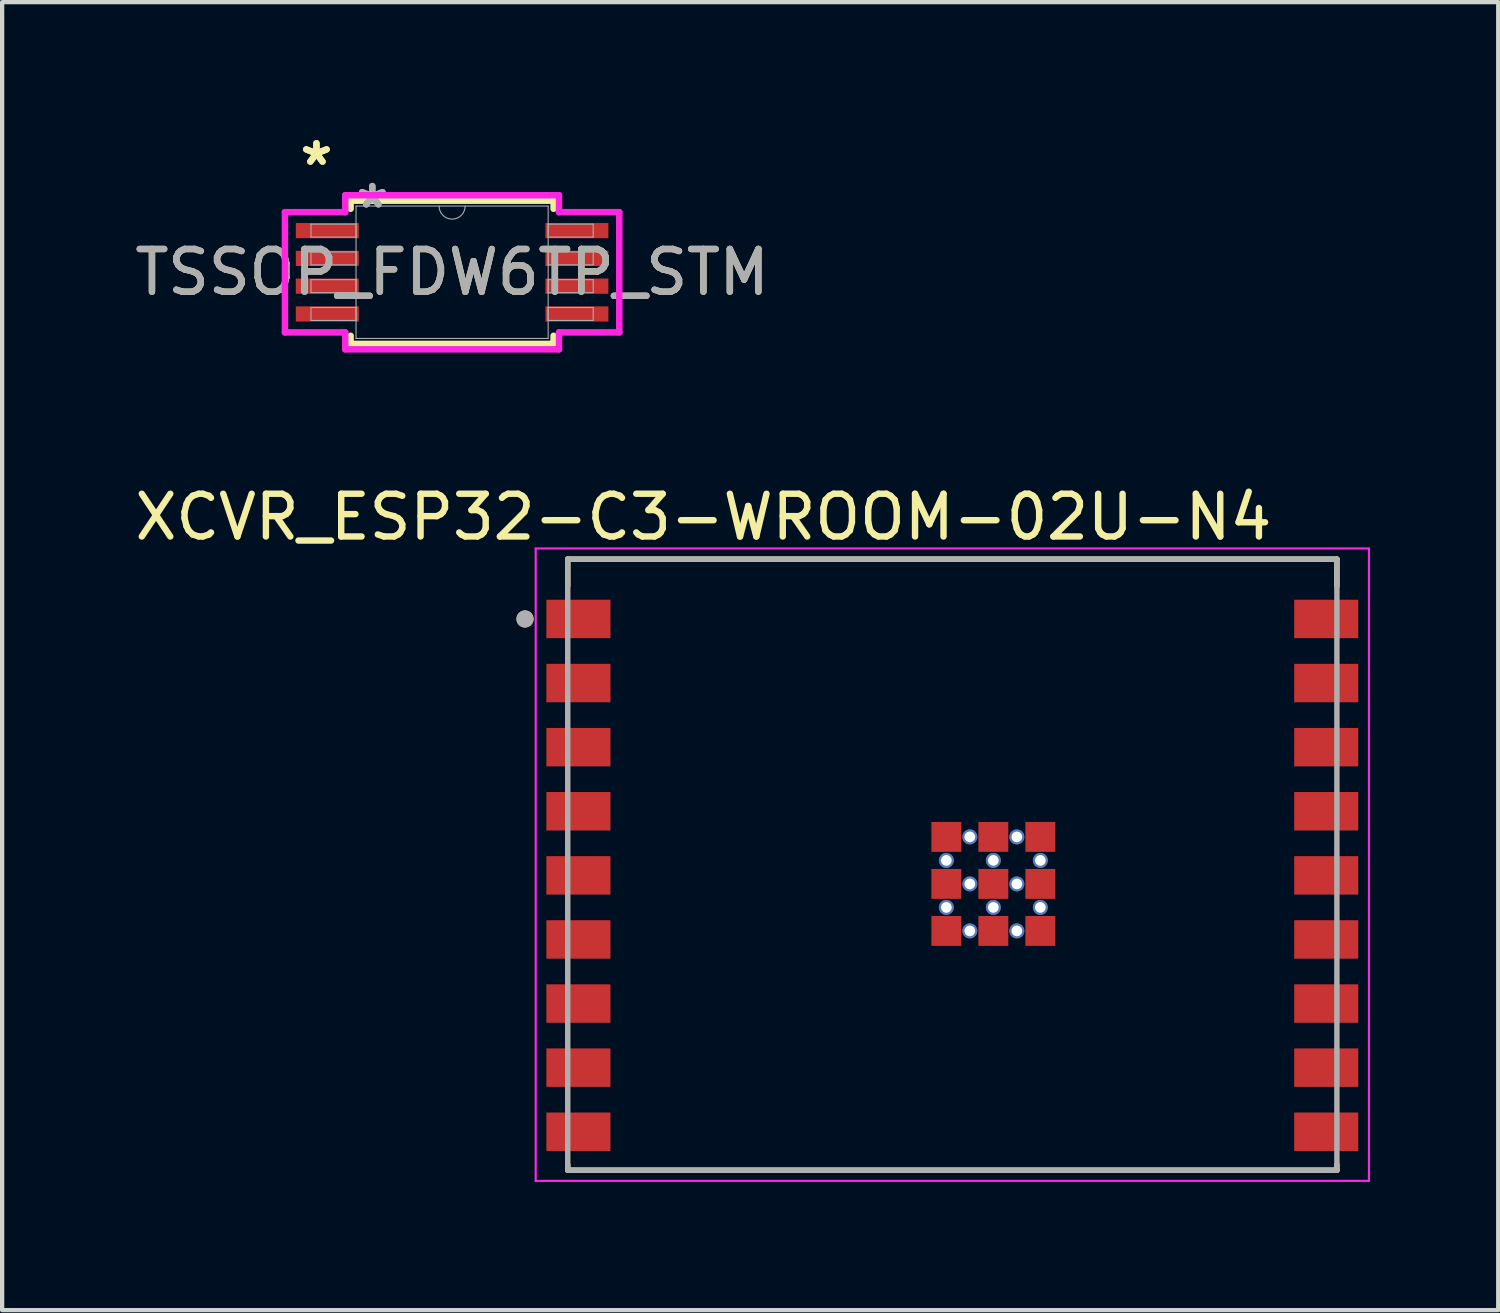
<source format=kicad_pcb>
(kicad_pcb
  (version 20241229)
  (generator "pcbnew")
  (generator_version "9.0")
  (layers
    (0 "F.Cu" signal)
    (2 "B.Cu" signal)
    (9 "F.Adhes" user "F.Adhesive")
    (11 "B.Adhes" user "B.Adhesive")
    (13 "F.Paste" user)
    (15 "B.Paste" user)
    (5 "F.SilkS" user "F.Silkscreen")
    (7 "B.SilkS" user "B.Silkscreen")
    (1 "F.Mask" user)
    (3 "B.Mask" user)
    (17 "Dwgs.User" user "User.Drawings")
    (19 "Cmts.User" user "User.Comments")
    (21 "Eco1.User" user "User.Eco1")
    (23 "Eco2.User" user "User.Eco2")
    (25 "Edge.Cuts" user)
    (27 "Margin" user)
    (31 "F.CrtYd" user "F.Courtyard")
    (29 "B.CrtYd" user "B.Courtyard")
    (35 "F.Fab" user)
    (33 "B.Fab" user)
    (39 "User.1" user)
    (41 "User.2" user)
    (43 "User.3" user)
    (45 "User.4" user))
  (footprint "XCVR_ESP32-C3-WROOM-02U-N4"
    (layer "F.Cu")
    (at 19.236 17.185)
    (property "Reference" "XCVR_ESP32-C3-WROOM-02U-N4" (at -5.825 -8.135 0) (layer "F.SilkS") (effects (font (size 1 1) (thickness 0.15))))
    (attr smd)
    (fp_line (start -9 -7.15) (end -9 -6.52) (stroke (width 0.127) (type solid)) (layer "F.SilkS"))
    (fp_line (start -9 7.15) (end -9 7.02) (stroke (width 0.127) (type solid)) (layer "F.SilkS"))
    (fp_line (start -9 7.15) (end 9 7.15) (stroke (width 0.127) (type solid)) (layer "F.SilkS"))
    (fp_line (start 9 -7.15) (end -9 -7.15) (stroke (width 0.127) (type solid)) (layer "F.SilkS"))
    (fp_line (start 9 -6.52) (end 9 -7.15) (stroke (width 0.127) (type solid)) (layer "F.SilkS"))
    (fp_line (start 9 7.15) (end 9 7.02) (stroke (width 0.127) (type solid)) (layer "F.SilkS"))
    (fp_circle (center -10 -5.75) (end -9.9 -5.75) (stroke (width 0.2) (type solid)) (fill no) (layer "F.SilkS"))
    (fp_line (start -9.75 -7.4) (end -9.75 7.4) (stroke (width 0.05) (type solid)) (layer "F.CrtYd"))
    (fp_line (start -9.75 7.4) (end 9.75 7.4) (stroke (width 0.05) (type solid)) (layer "F.CrtYd"))
    (fp_line (start 9.75 -7.4) (end -9.75 -7.4) (stroke (width 0.05) (type solid)) (layer "F.CrtYd"))
    (fp_line (start 9.75 7.4) (end 9.75 -7.4) (stroke (width 0.05) (type solid)) (layer "F.CrtYd"))
    (fp_line (start -9 -7.15) (end -9 7.15) (stroke (width 0.127) (type solid)) (layer "F.Fab"))
    (fp_line (start -9 7.15) (end 9 7.15) (stroke (width 0.127) (type solid)) (layer "F.Fab"))
    (fp_line (start 9 -7.15) (end -9 -7.15) (stroke (width 0.127) (type solid)) (layer "F.Fab"))
    (fp_line (start 9 7.15) (end 9 -7.15) (stroke (width 0.127) (type solid)) (layer "F.Fab"))
    (fp_circle (center -10 -5.75) (end -9.9 -5.75) (stroke (width 0.2) (type solid)) (fill no) (layer "F.Fab"))
    (pad "1" smd rect (at -8.75 -5.75) (size 1.5 0.9) (layers "F.Cu" "F.Mask" "F.Paste"))
    (pad "2" smd rect (at -8.75 -4.25) (size 1.5 0.9) (layers "F.Cu" "F.Mask" "F.Paste"))
    (pad "3" smd rect (at -8.75 -2.75) (size 1.5 0.9) (layers "F.Cu" "F.Mask" "F.Paste"))
    (pad "4" smd rect (at -8.75 -1.25) (size 1.5 0.9) (layers "F.Cu" "F.Mask" "F.Paste"))
    (pad "5" smd rect (at -8.75 0.25) (size 1.5 0.9) (layers "F.Cu" "F.Mask" "F.Paste"))
    (pad "6" smd rect (at -8.75 1.75) (size 1.5 0.9) (layers "F.Cu" "F.Mask" "F.Paste"))
    (pad "7" smd rect (at -8.75 3.25) (size 1.5 0.9) (layers "F.Cu" "F.Mask" "F.Paste"))
    (pad "8" smd rect (at -8.75 4.75) (size 1.5 0.9) (layers "F.Cu" "F.Mask" "F.Paste"))
    (pad "9" smd rect (at -8.75 6.25) (size 1.5 0.9) (layers "F.Cu" "F.Mask" "F.Paste"))
    (pad "10" smd rect (at 8.75 6.25) (size 1.5 0.9) (layers "F.Cu" "F.Mask" "F.Paste"))
    (pad "11" smd rect (at 8.75 4.75) (size 1.5 0.9) (layers "F.Cu" "F.Mask" "F.Paste"))
    (pad "12" smd rect (at 8.75 3.25) (size 1.5 0.9) (layers "F.Cu" "F.Mask" "F.Paste"))
    (pad "13" smd rect (at 8.75 1.75) (size 1.5 0.9) (layers "F.Cu" "F.Mask" "F.Paste"))
    (pad "14" smd rect (at 8.75 0.25) (size 1.5 0.9) (layers "F.Cu" "F.Mask" "F.Paste"))
    (pad "15" smd rect (at 8.75 -1.25) (size 1.5 0.9) (layers "F.Cu" "F.Mask" "F.Paste"))
    (pad "16" smd rect (at 8.75 -2.75) (size 1.5 0.9) (layers "F.Cu" "F.Mask" "F.Paste"))
    (pad "17" smd rect (at 8.75 -4.25) (size 1.5 0.9) (layers "F.Cu" "F.Mask" "F.Paste"))
    (pad "18" smd rect (at 8.75 -5.75) (size 1.5 0.9) (layers "F.Cu" "F.Mask" "F.Paste"))
    (pad "19_1" smd rect (at -0.14 -0.65) (size 0.7 0.7) (layers "F.Cu" "F.Mask" "F.Paste"))
    (pad "19_2" smd rect (at 0.96 -0.65) (size 0.7 0.7) (layers "F.Cu" "F.Mask" "F.Paste"))
    (pad "19_3" smd rect (at 2.06 -0.65) (size 0.7 0.7) (layers "F.Cu" "F.Mask" "F.Paste"))
    (pad "19_4" smd rect (at -0.14 0.45) (size 0.7 0.7) (layers "F.Cu" "F.Mask" "F.Paste"))
    (pad "19_5" smd rect (at 0.96 0.45) (size 0.7 0.7) (layers "F.Cu" "F.Mask" "F.Paste"))
    (pad "19_6" smd rect (at 2.06 0.45) (size 0.7 0.7) (layers "F.Cu" "F.Mask" "F.Paste"))
    (pad "19_7" smd rect (at -0.14 1.55) (size 0.7 0.7) (layers "F.Cu" "F.Mask" "F.Paste"))
    (pad "19_8" smd rect (at 0.96 1.55) (size 0.7 0.7) (layers "F.Cu" "F.Mask" "F.Paste"))
    (pad "19_9" smd rect (at 2.06 1.55) (size 0.7 0.7) (layers "F.Cu" "F.Mask" "F.Paste"))
    (pad "20_1" thru_hole circle (at 0.41 -0.65) (size 0.35 0.35) (drill 0.25) (layers "*.Cu"))
    (pad "20_2" thru_hole circle (at 1.51 -0.65) (size 0.35 0.35) (drill 0.25) (layers "*.Cu"))
    (pad "20_3" thru_hole circle (at -0.14 -0.1) (size 0.35 0.35) (drill 0.25) (layers "*.Cu"))
    (pad "20_4" thru_hole circle (at 0.96 -0.1) (size 0.35 0.35) (drill 0.25) (layers "*.Cu"))
    (pad "20_5" thru_hole circle (at 2.06 -0.1) (size 0.35 0.35) (drill 0.25) (layers "*.Cu"))
    (pad "20_6" thru_hole circle (at 0.41 0.45) (size 0.35 0.35) (drill 0.25) (layers "*.Cu"))
    (pad "20_7" thru_hole circle (at 1.51 0.45) (size 0.35 0.35) (drill 0.25) (layers "*.Cu"))
    (pad "20_8" thru_hole circle (at -0.14 1) (size 0.35 0.35) (drill 0.25) (layers "*.Cu"))
    (pad "20_9" thru_hole circle (at 0.96 1) (size 0.35 0.35) (drill 0.25) (layers "*.Cu"))
    (pad "20_10" thru_hole circle (at 2.06 1) (size 0.35 0.35) (drill 0.25) (layers "*.Cu"))
    (pad "20_11" thru_hole circle (at 0.41 1.55) (size 0.35 0.35) (drill 0.25) (layers "*.Cu"))
    (pad "20_12" thru_hole circle (at 1.51 1.55) (size 0.35 0.35) (drill 0.25) (layers "*.Cu")))
  (footprint "TSSOP_FDW6TP_STM"
    (layer "F.Cu")
    (at 7.53 3.322)
    (property "Reference" "TSSOP_FDW6TP_STM" (at 0 0 0) (unlocked yes) (layer "F.SilkS") (effects (font (size 1 1) (thickness 0.15))))
    (attr smd)
    (fp_line (start -2.375 -1.676) (end -2.375 -1.486) (stroke (width 0.152) (type solid)) (layer "F.SilkS"))
    (fp_line (start -2.375 1.486) (end -2.375 1.676) (stroke (width 0.152) (type solid)) (layer "F.SilkS"))
    (fp_line (start -2.375 1.676) (end 2.375 1.676) (stroke (width 0.152) (type solid)) (layer "F.SilkS"))
    (fp_line (start 2.375 -1.676) (end -2.375 -1.676) (stroke (width 0.152) (type solid)) (layer "F.SilkS"))
    (fp_line (start 2.375 -1.486) (end 2.375 -1.676) (stroke (width 0.152) (type solid)) (layer "F.SilkS"))
    (fp_line (start 2.375 1.676) (end 2.375 1.486) (stroke (width 0.152) (type solid)) (layer "F.SilkS"))
    (fp_line (start -3.912 -1.407) (end -2.502 -1.407) (stroke (width 0.152) (type solid)) (layer "F.CrtYd"))
    (fp_line (start -3.912 1.407) (end -3.912 -1.407) (stroke (width 0.152) (type solid)) (layer "F.CrtYd"))
    (fp_line (start -3.912 1.407) (end -2.502 1.407) (stroke (width 0.152) (type solid)) (layer "F.CrtYd"))
    (fp_line (start -2.502 -1.803) (end 2.502 -1.803) (stroke (width 0.152) (type solid)) (layer "F.CrtYd"))
    (fp_line (start -2.502 -1.407) (end -2.502 -1.803) (stroke (width 0.152) (type solid)) (layer "F.CrtYd"))
    (fp_line (start -2.502 1.803) (end -2.502 1.407) (stroke (width 0.152) (type solid)) (layer "F.CrtYd"))
    (fp_line (start 2.502 -1.803) (end 2.502 -1.407) (stroke (width 0.152) (type solid)) (layer "F.CrtYd"))
    (fp_line (start 2.502 1.407) (end 2.502 1.803) (stroke (width 0.152) (type solid)) (layer "F.CrtYd"))
    (fp_line (start 2.502 1.803) (end -2.502 1.803) (stroke (width 0.152) (type solid)) (layer "F.CrtYd"))
    (fp_line (start 3.912 -1.407) (end 2.502 -1.407) (stroke (width 0.152) (type solid)) (layer "F.CrtYd"))
    (fp_line (start 3.912 -1.407) (end 3.912 1.407) (stroke (width 0.152) (type solid)) (layer "F.CrtYd"))
    (fp_line (start 3.912 1.407) (end 2.502 1.407) (stroke (width 0.152) (type solid)) (layer "F.CrtYd"))
    (fp_line (start -3.302 -1.127) (end -3.302 -0.823) (stroke (width 0.025) (type solid)) (layer "F.Fab"))
    (fp_line (start -3.302 -0.823) (end -2.248 -0.823) (stroke (width 0.025) (type solid)) (layer "F.Fab"))
    (fp_line (start -3.302 -0.477) (end -3.302 -0.173) (stroke (width 0.025) (type solid)) (layer "F.Fab"))
    (fp_line (start -3.302 -0.173) (end -2.248 -0.173) (stroke (width 0.025) (type solid)) (layer "F.Fab"))
    (fp_line (start -3.302 0.173) (end -3.302 0.477) (stroke (width 0.025) (type solid)) (layer "F.Fab"))
    (fp_line (start -3.302 0.477) (end -2.248 0.477) (stroke (width 0.025) (type solid)) (layer "F.Fab"))
    (fp_line (start -3.302 0.823) (end -3.302 1.127) (stroke (width 0.025) (type solid)) (layer "F.Fab"))
    (fp_line (start -3.302 1.127) (end -2.248 1.127) (stroke (width 0.025) (type solid)) (layer "F.Fab"))
    (fp_line (start -2.248 -1.549) (end -2.248 1.549) (stroke (width 0.025) (type solid)) (layer "F.Fab"))
    (fp_line (start -2.248 -1.127) (end -3.302 -1.127) (stroke (width 0.025) (type solid)) (layer "F.Fab"))
    (fp_line (start -2.248 -0.823) (end -2.248 -1.127) (stroke (width 0.025) (type solid)) (layer "F.Fab"))
    (fp_line (start -2.248 -0.477) (end -3.302 -0.477) (stroke (width 0.025) (type solid)) (layer "F.Fab"))
    (fp_line (start -2.248 -0.173) (end -2.248 -0.477) (stroke (width 0.025) (type solid)) (layer "F.Fab"))
    (fp_line (start -2.248 0.173) (end -3.302 0.173) (stroke (width 0.025) (type solid)) (layer "F.Fab"))
    (fp_line (start -2.248 0.477) (end -2.248 0.173) (stroke (width 0.025) (type solid)) (layer "F.Fab"))
    (fp_line (start -2.248 0.823) (end -3.302 0.823) (stroke (width 0.025) (type solid)) (layer "F.Fab"))
    (fp_line (start -2.248 1.127) (end -2.248 0.823) (stroke (width 0.025) (type solid)) (layer "F.Fab"))
    (fp_line (start -2.248 1.549) (end 2.248 1.549) (stroke (width 0.025) (type solid)) (layer "F.Fab"))
    (fp_line (start 2.248 -1.549) (end -2.248 -1.549) (stroke (width 0.025) (type solid)) (layer "F.Fab"))
    (fp_line (start 2.248 -1.127) (end 2.248 -0.823) (stroke (width 0.025) (type solid)) (layer "F.Fab"))
    (fp_line (start 2.248 -0.823) (end 3.302 -0.823) (stroke (width 0.025) (type solid)) (layer "F.Fab"))
    (fp_line (start 2.248 -0.477) (end 2.248 -0.173) (stroke (width 0.025) (type solid)) (layer "F.Fab"))
    (fp_line (start 2.248 -0.173) (end 3.302 -0.173) (stroke (width 0.025) (type solid)) (layer "F.Fab"))
    (fp_line (start 2.248 0.173) (end 2.248 0.477) (stroke (width 0.025) (type solid)) (layer "F.Fab"))
    (fp_line (start 2.248 0.477) (end 3.302 0.477) (stroke (width 0.025) (type solid)) (layer "F.Fab"))
    (fp_line (start 2.248 0.823) (end 2.248 1.127) (stroke (width 0.025) (type solid)) (layer "F.Fab"))
    (fp_line (start 2.248 1.127) (end 3.302 1.127) (stroke (width 0.025) (type solid)) (layer "F.Fab"))
    (fp_line (start 2.248 1.549) (end 2.248 -1.549) (stroke (width 0.025) (type solid)) (layer "F.Fab"))
    (fp_line (start 3.302 -1.127) (end 2.248 -1.127) (stroke (width 0.025) (type solid)) (layer "F.Fab"))
    (fp_line (start 3.302 -0.823) (end 3.302 -1.127) (stroke (width 0.025) (type solid)) (layer "F.Fab"))
    (fp_line (start 3.302 -0.477) (end 2.248 -0.477) (stroke (width 0.025) (type solid)) (layer "F.Fab"))
    (fp_line (start 3.302 -0.173) (end 3.302 -0.477) (stroke (width 0.025) (type solid)) (layer "F.Fab"))
    (fp_line (start 3.302 0.173) (end 2.248 0.173) (stroke (width 0.025) (type solid)) (layer "F.Fab"))
    (fp_line (start 3.302 0.477) (end 3.302 0.173) (stroke (width 0.025) (type solid)) (layer "F.Fab"))
    (fp_line (start 3.302 0.823) (end 2.248 0.823) (stroke (width 0.025) (type solid)) (layer "F.Fab"))
    (fp_line (start 3.302 1.127) (end 3.302 0.823) (stroke (width 0.025) (type solid)) (layer "F.Fab"))
    (fp_arc (start 0.3048 -1.5494) (mid 0 -1.2446) (end -0.3048 -1.5494) (stroke (width 0.0254) (type solid)) (layer "F.Fab"))
    (fp_text user "*" (at -3.175 -2.474 0) (unlocked yes) (layer "F.SilkS") (effects (font (size 1 1) (thickness 0.15))))
    (fp_text user "*" (at -3.175 -2.474 0) (layer "F.SilkS") (effects (font (size 1 1) (thickness 0.15))))
    (fp_text user "*" (at -1.867 -1.473 0) (layer "F.Fab") (effects (font (size 1 1) (thickness 0.15))))
    (fp_text user "${REFERENCE}" (at 0 0 0) (unlocked yes) (layer "F.Fab") (effects (font (size 1 1) (thickness 0.15))))
    (fp_text user "*" (at -1.867 -1.473 0) (unlocked yes) (layer "F.Fab") (effects (font (size 1 1) (thickness 0.15))))
    (pad "1" smd rect (at -2.921 -0.975) (size 1.473 0.356) (layers "F.Cu" "F.Mask" "F.Paste"))
    (pad "2" smd rect (at -2.921 -0.325) (size 1.473 0.356) (layers "F.Cu" "F.Mask" "F.Paste"))
    (pad "3" smd rect (at -2.921 0.325) (size 1.473 0.356) (layers "F.Cu" "F.Mask" "F.Paste"))
    (pad "4" smd rect (at -2.921 0.975) (size 1.473 0.356) (layers "F.Cu" "F.Mask" "F.Paste"))
    (pad "5" smd rect (at 2.921 0.975) (size 1.473 0.356) (layers "F.Cu" "F.Mask" "F.Paste"))
    (pad "6" smd rect (at 2.921 0.325) (size 1.473 0.356) (layers "F.Cu" "F.Mask" "F.Paste"))
    (pad "7" smd rect (at 2.921 -0.325) (size 1.473 0.356) (layers "F.Cu" "F.Mask" "F.Paste"))
    (pad "8" smd rect (at 2.921 -0.975) (size 1.473 0.356) (layers "F.Cu" "F.Mask" "F.Paste")))
  (gr_rect
    (start -3 -3)
    (end 32.011 27.61)
    (stroke (width 0.1) (type default))
    (fill no)
    (layer "Edge.Cuts")))
</source>
